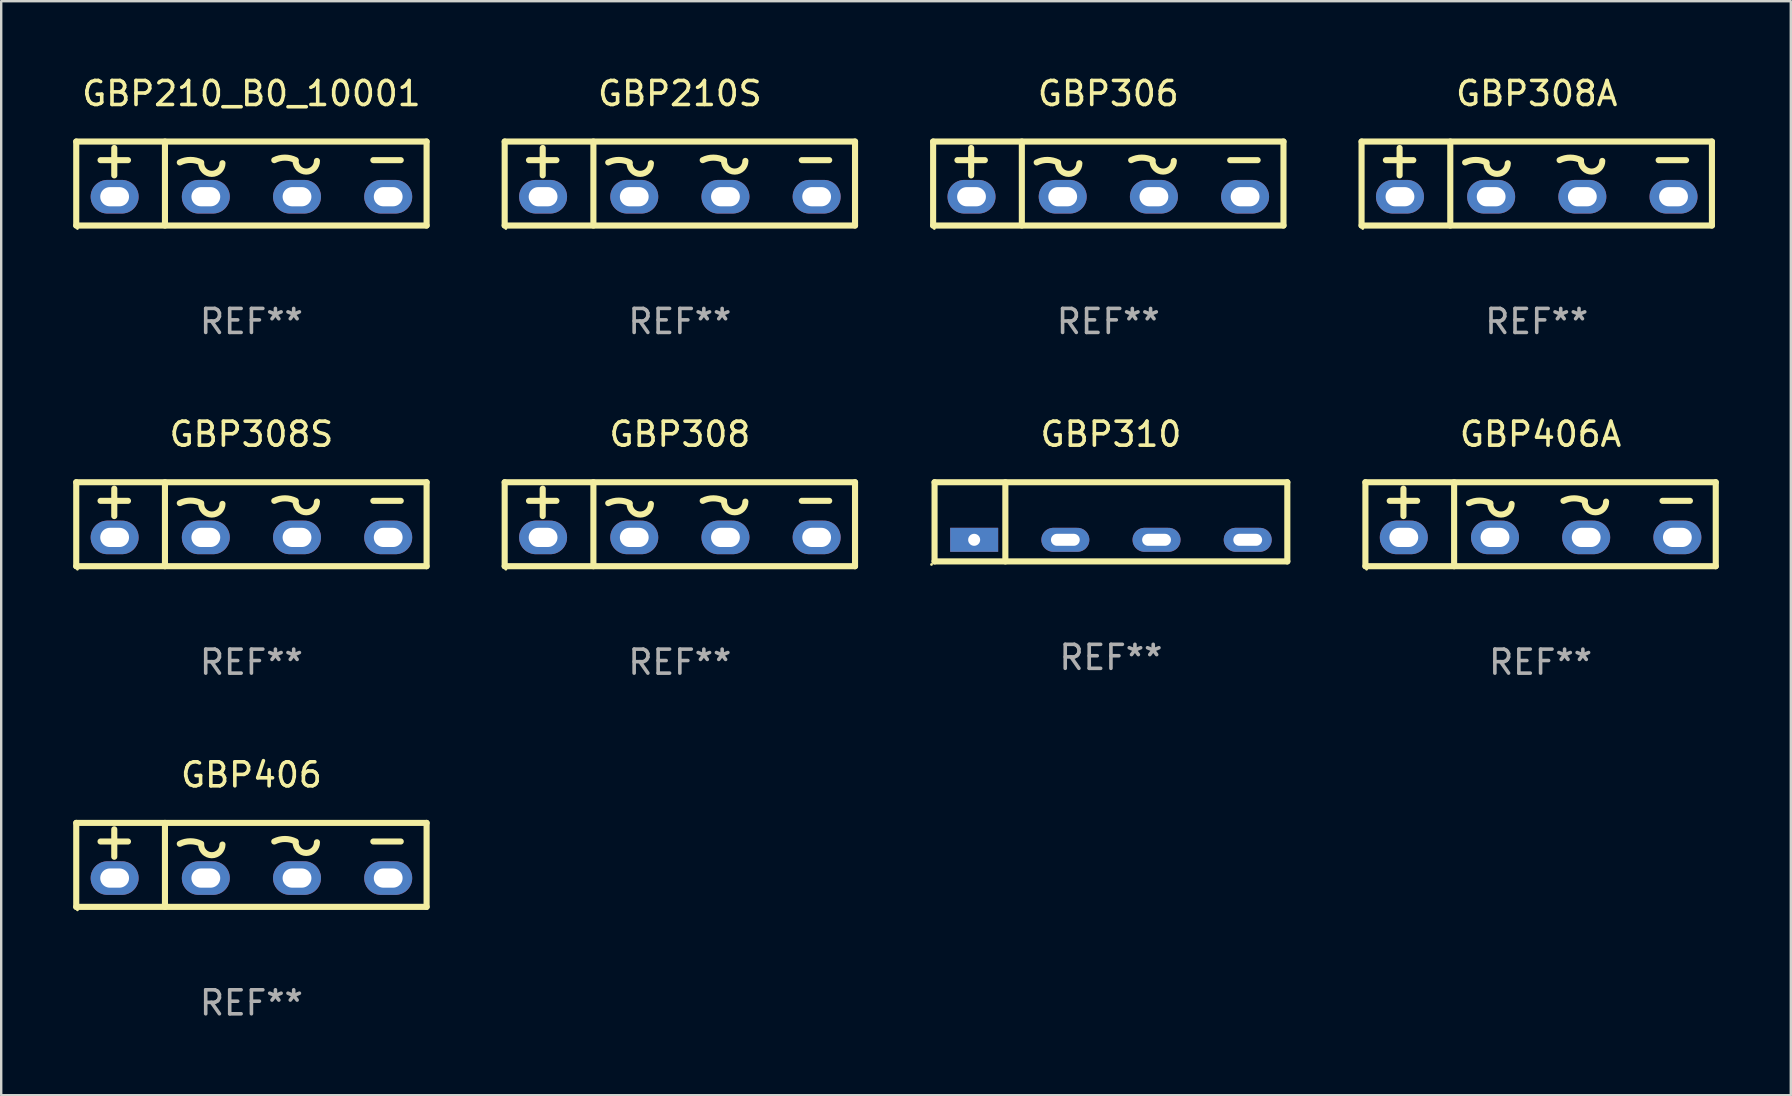
<source format=kicad_pcb>
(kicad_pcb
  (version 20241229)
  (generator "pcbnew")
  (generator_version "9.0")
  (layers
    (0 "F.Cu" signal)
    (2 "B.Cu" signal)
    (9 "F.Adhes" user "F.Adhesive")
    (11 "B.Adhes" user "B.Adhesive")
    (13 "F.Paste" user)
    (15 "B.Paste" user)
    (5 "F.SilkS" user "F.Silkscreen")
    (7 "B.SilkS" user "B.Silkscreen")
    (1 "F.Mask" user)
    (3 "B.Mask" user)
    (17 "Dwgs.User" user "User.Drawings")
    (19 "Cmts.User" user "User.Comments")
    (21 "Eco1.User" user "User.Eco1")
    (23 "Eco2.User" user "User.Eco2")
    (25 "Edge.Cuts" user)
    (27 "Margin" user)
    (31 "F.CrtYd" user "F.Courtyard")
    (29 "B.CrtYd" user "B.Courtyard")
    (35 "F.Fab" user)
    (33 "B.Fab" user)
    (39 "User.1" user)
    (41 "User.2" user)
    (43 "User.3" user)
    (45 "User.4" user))
  (footprint "GBP306"
    (layer "F.Cu")
    (at 43.135 4.598)
    (property "Reference" "GBP306" (at 0 -3.75 0) (layer "F.SilkS") (effects (font (size 1 1) (thickness 0.15))))
    (attr through_hole)
    (fp_line (start -7.3 -1.75) (end 7.3 -1.75) (stroke (width 0.254) (type solid)) (layer "F.SilkS"))
    (fp_line (start -7.3 1.75) (end -7.3 -1.75) (stroke (width 0.254) (type solid)) (layer "F.SilkS"))
    (fp_line (start -6.287 -0.974) (end -5.144 -0.974) (stroke (width 0.254) (type solid)) (layer "F.SilkS"))
    (fp_line (start -5.715 -0.339) (end -5.715 -1.482) (stroke (width 0.254) (type solid)) (layer "F.SilkS"))
    (fp_line (start -3.603 -1.75) (end -3.603 1.75) (stroke (width 0.254) (type solid)) (layer "F.SilkS"))
    (fp_line (start 5.08 -0.974) (end 6.223 -0.974) (stroke (width 0.254) (type solid)) (layer "F.SilkS"))
    (fp_line (start 7.3 1.75) (end -7.3 1.75) (stroke (width 0.254) (type solid)) (layer "F.SilkS"))
    (fp_line (start 7.3 1.75) (end 7.3 -1.75) (stroke (width 0.254) (type solid)) (layer "F.SilkS"))
    (fp_arc (start -2.984544 -0.87874) (mid -2.540043 -0.983672) (end -2.095542 -0.87874) (stroke (width 0.254001) (type solid)) (layer "F.SilkS"))
    (fp_arc (start -1.206515 -0.84699) (mid -1.651016 -0.402489) (end -2.095517 -0.84699) (stroke (width 0.254001) (type solid)) (layer "F.SilkS"))
    (fp_arc (start 0.952489 -0.97399) (mid 1.39699 -1.078923) (end 1.84149 -0.97399) (stroke (width 0.254001) (type solid)) (layer "F.SilkS"))
    (fp_arc (start 2.730518 -0.94224) (mid 2.286017 -0.497739) (end 1.841516 -0.94224) (stroke (width 0.254001) (type solid)) (layer "F.SilkS"))
    (fp_circle (center -7.25 1.875) (end -7.22 1.875) (stroke (width 0.06) (type solid)) (fill no) (layer "F.SilkS"))
    (fp_text user "REF**" (at 0 5.75 0) (layer "F.Fab") (effects (font (size 1 1) (thickness 0.15))))
    (pad "1" thru_hole oval (at -5.7 0.55) (size 2 1.4) (drill oval 1.2 0.8) (layers "*.Cu" "*.Mask"))
    (pad "2" thru_hole oval (at -1.9 0.55) (size 2 1.4) (drill oval 1.2 0.8) (layers "*.Cu" "*.Mask"))
    (pad "3" thru_hole oval (at 1.9 0.55) (size 2 1.4) (drill oval 1.2 0.8) (layers "*.Cu" "*.Mask"))
    (pad "4" thru_hole oval (at 5.7 0.55) (size 2 1.4) (drill oval 1.2 0.8) (layers "*.Cu" "*.Mask")))
  (footprint "GBP308A"
    (layer "F.Cu")
    (at 60.989 4.598)
    (property "Reference" "GBP308A" (at 0 -3.75 0) (layer "F.SilkS") (effects (font (size 1 1) (thickness 0.15))))
    (attr through_hole)
    (fp_line (start -7.3 -1.75) (end 7.3 -1.75) (stroke (width 0.254) (type solid)) (layer "F.SilkS"))
    (fp_line (start -7.3 1.75) (end -7.3 -1.75) (stroke (width 0.254) (type solid)) (layer "F.SilkS"))
    (fp_line (start -6.287 -0.974) (end -5.144 -0.974) (stroke (width 0.254) (type solid)) (layer "F.SilkS"))
    (fp_line (start -5.715 -0.339) (end -5.715 -1.482) (stroke (width 0.254) (type solid)) (layer "F.SilkS"))
    (fp_line (start -3.603 -1.75) (end -3.603 1.75) (stroke (width 0.254) (type solid)) (layer "F.SilkS"))
    (fp_line (start 5.08 -0.974) (end 6.223 -0.974) (stroke (width 0.254) (type solid)) (layer "F.SilkS"))
    (fp_line (start 7.3 1.75) (end -7.3 1.75) (stroke (width 0.254) (type solid)) (layer "F.SilkS"))
    (fp_line (start 7.3 1.75) (end 7.3 -1.75) (stroke (width 0.254) (type solid)) (layer "F.SilkS"))
    (fp_arc (start -2.984544 -0.87874) (mid -2.540043 -0.983672) (end -2.095542 -0.87874) (stroke (width 0.254001) (type solid)) (layer "F.SilkS"))
    (fp_arc (start -1.206515 -0.84699) (mid -1.651016 -0.402489) (end -2.095517 -0.84699) (stroke (width 0.254001) (type solid)) (layer "F.SilkS"))
    (fp_arc (start 0.952489 -0.97399) (mid 1.39699 -1.078923) (end 1.84149 -0.97399) (stroke (width 0.254001) (type solid)) (layer "F.SilkS"))
    (fp_arc (start 2.730518 -0.94224) (mid 2.286017 -0.497739) (end 1.841516 -0.94224) (stroke (width 0.254001) (type solid)) (layer "F.SilkS"))
    (fp_circle (center -7.25 1.875) (end -7.22 1.875) (stroke (width 0.06) (type solid)) (fill no) (layer "F.SilkS"))
    (fp_text user "REF**" (at 0 5.75 0) (layer "F.Fab") (effects (font (size 1 1) (thickness 0.15))))
    (pad "1" thru_hole oval (at -5.7 0.55) (size 2 1.4) (drill oval 1.2 0.8) (layers "*.Cu" "*.Mask"))
    (pad "2" thru_hole oval (at -1.9 0.55) (size 2 1.4) (drill oval 1.2 0.8) (layers "*.Cu" "*.Mask"))
    (pad "3" thru_hole oval (at 1.9 0.55) (size 2 1.4) (drill oval 1.2 0.8) (layers "*.Cu" "*.Mask"))
    (pad "4" thru_hole oval (at 5.7 0.55) (size 2 1.4) (drill oval 1.2 0.8) (layers "*.Cu" "*.Mask")))
  (footprint "GBP210_B0_10001"
    (layer "F.Cu")
    (at 7.427 4.598)
    (property "Reference" "GBP210_B0_10001" (at 0 -3.75 0) (layer "F.SilkS") (effects (font (size 1 1) (thickness 0.15))))
    (attr through_hole)
    (fp_line (start -7.3 -1.75) (end 7.3 -1.75) (stroke (width 0.254) (type solid)) (layer "F.SilkS"))
    (fp_line (start -7.3 1.75) (end -7.3 -1.75) (stroke (width 0.254) (type solid)) (layer "F.SilkS"))
    (fp_line (start -6.287 -0.974) (end -5.144 -0.974) (stroke (width 0.254) (type solid)) (layer "F.SilkS"))
    (fp_line (start -5.715 -0.339) (end -5.715 -1.482) (stroke (width 0.254) (type solid)) (layer "F.SilkS"))
    (fp_line (start -3.603 -1.75) (end -3.603 1.75) (stroke (width 0.254) (type solid)) (layer "F.SilkS"))
    (fp_line (start 5.08 -0.974) (end 6.223 -0.974) (stroke (width 0.254) (type solid)) (layer "F.SilkS"))
    (fp_line (start 7.3 1.75) (end -7.3 1.75) (stroke (width 0.254) (type solid)) (layer "F.SilkS"))
    (fp_line (start 7.3 1.75) (end 7.3 -1.75) (stroke (width 0.254) (type solid)) (layer "F.SilkS"))
    (fp_arc (start -2.984544 -0.87874) (mid -2.540043 -0.983672) (end -2.095542 -0.87874) (stroke (width 0.254001) (type solid)) (layer "F.SilkS"))
    (fp_arc (start -1.206515 -0.84699) (mid -1.651016 -0.402489) (end -2.095517 -0.84699) (stroke (width 0.254001) (type solid)) (layer "F.SilkS"))
    (fp_arc (start 0.952489 -0.97399) (mid 1.39699 -1.078923) (end 1.84149 -0.97399) (stroke (width 0.254001) (type solid)) (layer "F.SilkS"))
    (fp_arc (start 2.730518 -0.94224) (mid 2.286017 -0.497739) (end 1.841516 -0.94224) (stroke (width 0.254001) (type solid)) (layer "F.SilkS"))
    (fp_circle (center -7.25 1.875) (end -7.22 1.875) (stroke (width 0.06) (type solid)) (fill no) (layer "F.SilkS"))
    (fp_text user "REF**" (at 0 5.75 0) (layer "F.Fab") (effects (font (size 1 1) (thickness 0.15))))
    (pad "1" thru_hole oval (at -5.7 0.55) (size 2 1.4) (drill oval 1.2 0.8) (layers "*.Cu" "*.Mask"))
    (pad "2" thru_hole oval (at -1.9 0.55) (size 2 1.4) (drill oval 1.2 0.8) (layers "*.Cu" "*.Mask"))
    (pad "3" thru_hole oval (at 1.9 0.55) (size 2 1.4) (drill oval 1.2 0.8) (layers "*.Cu" "*.Mask"))
    (pad "4" thru_hole oval (at 5.7 0.55) (size 2 1.4) (drill oval 1.2 0.8) (layers "*.Cu" "*.Mask")))
  (footprint "GBP308"
    (layer "F.Cu")
    (at 25.281 18.795)
    (property "Reference" "GBP308" (at 0 -3.75 0) (layer "F.SilkS") (effects (font (size 1 1) (thickness 0.15))))
    (attr through_hole)
    (fp_line (start -7.3 -1.75) (end 7.3 -1.75) (stroke (width 0.254) (type solid)) (layer "F.SilkS"))
    (fp_line (start -7.3 1.75) (end -7.3 -1.75) (stroke (width 0.254) (type solid)) (layer "F.SilkS"))
    (fp_line (start -6.287 -0.974) (end -5.144 -0.974) (stroke (width 0.254) (type solid)) (layer "F.SilkS"))
    (fp_line (start -5.715 -0.339) (end -5.715 -1.482) (stroke (width 0.254) (type solid)) (layer "F.SilkS"))
    (fp_line (start -3.603 -1.75) (end -3.603 1.75) (stroke (width 0.254) (type solid)) (layer "F.SilkS"))
    (fp_line (start 5.08 -0.974) (end 6.223 -0.974) (stroke (width 0.254) (type solid)) (layer "F.SilkS"))
    (fp_line (start 7.3 1.75) (end -7.3 1.75) (stroke (width 0.254) (type solid)) (layer "F.SilkS"))
    (fp_line (start 7.3 1.75) (end 7.3 -1.75) (stroke (width 0.254) (type solid)) (layer "F.SilkS"))
    (fp_arc (start -2.984544 -0.87874) (mid -2.540043 -0.983672) (end -2.095542 -0.87874) (stroke (width 0.254001) (type solid)) (layer "F.SilkS"))
    (fp_arc (start -1.206515 -0.84699) (mid -1.651016 -0.402489) (end -2.095517 -0.84699) (stroke (width 0.254001) (type solid)) (layer "F.SilkS"))
    (fp_arc (start 0.952489 -0.97399) (mid 1.39699 -1.078923) (end 1.84149 -0.97399) (stroke (width 0.254001) (type solid)) (layer "F.SilkS"))
    (fp_arc (start 2.730518 -0.94224) (mid 2.286017 -0.497739) (end 1.841516 -0.94224) (stroke (width 0.254001) (type solid)) (layer "F.SilkS"))
    (fp_circle (center -7.25 1.875) (end -7.22 1.875) (stroke (width 0.06) (type solid)) (fill no) (layer "F.SilkS"))
    (fp_text user "REF**" (at 0 5.75 0) (layer "F.Fab") (effects (font (size 1 1) (thickness 0.15))))
    (pad "1" thru_hole oval (at -5.7 0.55) (size 2 1.4) (drill oval 1.2 0.8) (layers "*.Cu" "*.Mask"))
    (pad "2" thru_hole oval (at -1.9 0.55) (size 2 1.4) (drill oval 1.2 0.8) (layers "*.Cu" "*.Mask"))
    (pad "3" thru_hole oval (at 1.9 0.55) (size 2 1.4) (drill oval 1.2 0.8) (layers "*.Cu" "*.Mask"))
    (pad "4" thru_hole oval (at 5.7 0.55) (size 2 1.4) (drill oval 1.2 0.8) (layers "*.Cu" "*.Mask")))
  (footprint "GBP310"
    (layer "F.Cu")
    (at 43.245 18.695)
    (property "Reference" "GBP310" (at 0 -3.65 0) (layer "F.SilkS") (effects (font (size 1 1) (thickness 0.15))))
    (attr through_hole)
    (fp_line (start -7.35 -1.65) (end 7.35 -1.65) (stroke (width 0.254) (type solid)) (layer "F.SilkS"))
    (fp_line (start -7.35 1.65) (end -7.35 -1.65) (stroke (width 0.254) (type solid)) (layer "F.SilkS"))
    (fp_line (start -4.4 -1.65) (end -4.4 1.65) (stroke (width 0.254) (type solid)) (layer "F.SilkS"))
    (fp_line (start 7.35 -1.65) (end 7.35 1.65) (stroke (width 0.254) (type solid)) (layer "F.SilkS"))
    (fp_line (start 7.35 1.65) (end -7.35 1.65) (stroke (width 0.254) (type solid)) (layer "F.SilkS"))
    (fp_circle (center -7.477 1.777) (end -7.447 1.777) (stroke (width 0.06) (type solid)) (fill no) (layer "F.SilkS"))
    (fp_text user "REF**" (at 0 5.65 0) (layer "F.Fab") (effects (font (size 1 1) (thickness 0.15))))
    (pad "1" thru_hole rect (at -5.7 0.75) (size 2 1) (drill 0.5) (layers "*.Cu" "*.Mask"))
    (pad "2" thru_hole oval (at -1.9 0.75) (size 2 1) (drill oval 1.2 0.5) (layers "*.Cu" "*.Mask"))
    (pad "3" thru_hole oval (at 1.9 0.75) (size 2 1) (drill oval 1.2 0.5) (layers "*.Cu" "*.Mask"))
    (pad "4" thru_hole oval (at 5.7 0.75) (size 2 1) (drill oval 1.2 0.5) (layers "*.Cu" "*.Mask")))
  (footprint "GBP406A"
    (layer "F.Cu")
    (at 61.149 18.795)
    (property "Reference" "GBP406A" (at 0 -3.75 0) (layer "F.SilkS") (effects (font (size 1 1) (thickness 0.15))))
    (attr through_hole)
    (fp_line (start -7.3 -1.75) (end 7.3 -1.75) (stroke (width 0.254) (type solid)) (layer "F.SilkS"))
    (fp_line (start -7.3 1.75) (end -7.3 -1.75) (stroke (width 0.254) (type solid)) (layer "F.SilkS"))
    (fp_line (start -6.287 -0.974) (end -5.144 -0.974) (stroke (width 0.254) (type solid)) (layer "F.SilkS"))
    (fp_line (start -5.715 -0.339) (end -5.715 -1.482) (stroke (width 0.254) (type solid)) (layer "F.SilkS"))
    (fp_line (start -3.603 -1.75) (end -3.603 1.75) (stroke (width 0.254) (type solid)) (layer "F.SilkS"))
    (fp_line (start 5.08 -0.974) (end 6.223 -0.974) (stroke (width 0.254) (type solid)) (layer "F.SilkS"))
    (fp_line (start 7.3 1.75) (end -7.3 1.75) (stroke (width 0.254) (type solid)) (layer "F.SilkS"))
    (fp_line (start 7.3 1.75) (end 7.3 -1.75) (stroke (width 0.254) (type solid)) (layer "F.SilkS"))
    (fp_arc (start -2.984544 -0.87874) (mid -2.540043 -0.983672) (end -2.095542 -0.87874) (stroke (width 0.254001) (type solid)) (layer "F.SilkS"))
    (fp_arc (start -1.206515 -0.84699) (mid -1.651016 -0.402489) (end -2.095517 -0.84699) (stroke (width 0.254001) (type solid)) (layer "F.SilkS"))
    (fp_arc (start 0.952489 -0.97399) (mid 1.39699 -1.078923) (end 1.84149 -0.97399) (stroke (width 0.254001) (type solid)) (layer "F.SilkS"))
    (fp_arc (start 2.730518 -0.94224) (mid 2.286017 -0.497739) (end 1.841516 -0.94224) (stroke (width 0.254001) (type solid)) (layer "F.SilkS"))
    (fp_circle (center -7.25 1.875) (end -7.22 1.875) (stroke (width 0.06) (type solid)) (fill no) (layer "F.SilkS"))
    (fp_text user "REF**" (at 0 5.75 0) (layer "F.Fab") (effects (font (size 1 1) (thickness 0.15))))
    (pad "1" thru_hole oval (at -5.7 0.55) (size 2 1.4) (drill oval 1.2 0.8) (layers "*.Cu" "*.Mask"))
    (pad "2" thru_hole oval (at -1.9 0.55) (size 2 1.4) (drill oval 1.2 0.8) (layers "*.Cu" "*.Mask"))
    (pad "3" thru_hole oval (at 1.9 0.55) (size 2 1.4) (drill oval 1.2 0.8) (layers "*.Cu" "*.Mask"))
    (pad "4" thru_hole oval (at 5.7 0.55) (size 2 1.4) (drill oval 1.2 0.8) (layers "*.Cu" "*.Mask")))
  (footprint "GBP406"
    (layer "F.Cu")
    (at 7.427 32.991)
    (property "Reference" "GBP406" (at 0 -3.75 0) (layer "F.SilkS") (effects (font (size 1 1) (thickness 0.15))))
    (attr through_hole)
    (fp_line (start -7.3 -1.75) (end 7.3 -1.75) (stroke (width 0.254) (type solid)) (layer "F.SilkS"))
    (fp_line (start -7.3 1.75) (end -7.3 -1.75) (stroke (width 0.254) (type solid)) (layer "F.SilkS"))
    (fp_line (start -6.287 -0.974) (end -5.144 -0.974) (stroke (width 0.254) (type solid)) (layer "F.SilkS"))
    (fp_line (start -5.715 -0.339) (end -5.715 -1.482) (stroke (width 0.254) (type solid)) (layer "F.SilkS"))
    (fp_line (start -3.603 -1.75) (end -3.603 1.75) (stroke (width 0.254) (type solid)) (layer "F.SilkS"))
    (fp_line (start 5.08 -0.974) (end 6.223 -0.974) (stroke (width 0.254) (type solid)) (layer "F.SilkS"))
    (fp_line (start 7.3 1.75) (end -7.3 1.75) (stroke (width 0.254) (type solid)) (layer "F.SilkS"))
    (fp_line (start 7.3 1.75) (end 7.3 -1.75) (stroke (width 0.254) (type solid)) (layer "F.SilkS"))
    (fp_arc (start -2.984544 -0.87874) (mid -2.540043 -0.983672) (end -2.095542 -0.87874) (stroke (width 0.254001) (type solid)) (layer "F.SilkS"))
    (fp_arc (start -1.206515 -0.84699) (mid -1.651016 -0.402489) (end -2.095517 -0.84699) (stroke (width 0.254001) (type solid)) (layer "F.SilkS"))
    (fp_arc (start 0.952489 -0.97399) (mid 1.39699 -1.078923) (end 1.84149 -0.97399) (stroke (width 0.254001) (type solid)) (layer "F.SilkS"))
    (fp_arc (start 2.730518 -0.94224) (mid 2.286017 -0.497739) (end 1.841516 -0.94224) (stroke (width 0.254001) (type solid)) (layer "F.SilkS"))
    (fp_circle (center -7.25 1.875) (end -7.22 1.875) (stroke (width 0.06) (type solid)) (fill no) (layer "F.SilkS"))
    (fp_text user "REF**" (at 0 5.75 0) (layer "F.Fab") (effects (font (size 1 1) (thickness 0.15))))
    (pad "1" thru_hole oval (at -5.7 0.55) (size 2 1.4) (drill oval 1.2 0.8) (layers "*.Cu" "*.Mask"))
    (pad "2" thru_hole oval (at -1.9 0.55) (size 2 1.4) (drill oval 1.2 0.8) (layers "*.Cu" "*.Mask"))
    (pad "3" thru_hole oval (at 1.9 0.55) (size 2 1.4) (drill oval 1.2 0.8) (layers "*.Cu" "*.Mask"))
    (pad "4" thru_hole oval (at 5.7 0.55) (size 2 1.4) (drill oval 1.2 0.8) (layers "*.Cu" "*.Mask")))
  (footprint "GBP308S"
    (layer "F.Cu")
    (at 7.427 18.795)
    (property "Reference" "GBP308S" (at 0 -3.75 0) (layer "F.SilkS") (effects (font (size 1 1) (thickness 0.15))))
    (attr through_hole)
    (fp_line (start -7.3 -1.75) (end 7.3 -1.75) (stroke (width 0.254) (type solid)) (layer "F.SilkS"))
    (fp_line (start -7.3 1.75) (end -7.3 -1.75) (stroke (width 0.254) (type solid)) (layer "F.SilkS"))
    (fp_line (start -6.287 -0.974) (end -5.144 -0.974) (stroke (width 0.254) (type solid)) (layer "F.SilkS"))
    (fp_line (start -5.715 -0.339) (end -5.715 -1.482) (stroke (width 0.254) (type solid)) (layer "F.SilkS"))
    (fp_line (start -3.603 -1.75) (end -3.603 1.75) (stroke (width 0.254) (type solid)) (layer "F.SilkS"))
    (fp_line (start 5.08 -0.974) (end 6.223 -0.974) (stroke (width 0.254) (type solid)) (layer "F.SilkS"))
    (fp_line (start 7.3 1.75) (end -7.3 1.75) (stroke (width 0.254) (type solid)) (layer "F.SilkS"))
    (fp_line (start 7.3 1.75) (end 7.3 -1.75) (stroke (width 0.254) (type solid)) (layer "F.SilkS"))
    (fp_arc (start -2.984544 -0.87874) (mid -2.540043 -0.983672) (end -2.095542 -0.87874) (stroke (width 0.254001) (type solid)) (layer "F.SilkS"))
    (fp_arc (start -1.206515 -0.84699) (mid -1.651016 -0.402489) (end -2.095517 -0.84699) (stroke (width 0.254001) (type solid)) (layer "F.SilkS"))
    (fp_arc (start 0.952489 -0.97399) (mid 1.39699 -1.078923) (end 1.84149 -0.97399) (stroke (width 0.254001) (type solid)) (layer "F.SilkS"))
    (fp_arc (start 2.730518 -0.94224) (mid 2.286017 -0.497739) (end 1.841516 -0.94224) (stroke (width 0.254001) (type solid)) (layer "F.SilkS"))
    (fp_circle (center -7.25 1.875) (end -7.22 1.875) (stroke (width 0.06) (type solid)) (fill no) (layer "F.SilkS"))
    (fp_text user "REF**" (at 0 5.75 0) (layer "F.Fab") (effects (font (size 1 1) (thickness 0.15))))
    (pad "1" thru_hole oval (at -5.7 0.55) (size 2 1.4) (drill oval 1.2 0.8) (layers "*.Cu" "*.Mask"))
    (pad "2" thru_hole oval (at -1.9 0.55) (size 2 1.4) (drill oval 1.2 0.8) (layers "*.Cu" "*.Mask"))
    (pad "3" thru_hole oval (at 1.9 0.55) (size 2 1.4) (drill oval 1.2 0.8) (layers "*.Cu" "*.Mask"))
    (pad "4" thru_hole oval (at 5.7 0.55) (size 2 1.4) (drill oval 1.2 0.8) (layers "*.Cu" "*.Mask")))
  (footprint "GBP210S"
    (layer "F.Cu")
    (at 25.281 4.598)
    (property "Reference" "GBP210S" (at 0 -3.75 0) (layer "F.SilkS") (effects (font (size 1 1) (thickness 0.15))))
    (attr through_hole)
    (fp_line (start -7.3 -1.75) (end 7.3 -1.75) (stroke (width 0.254) (type solid)) (layer "F.SilkS"))
    (fp_line (start -7.3 1.75) (end -7.3 -1.75) (stroke (width 0.254) (type solid)) (layer "F.SilkS"))
    (fp_line (start -6.287 -0.974) (end -5.144 -0.974) (stroke (width 0.254) (type solid)) (layer "F.SilkS"))
    (fp_line (start -5.715 -0.339) (end -5.715 -1.482) (stroke (width 0.254) (type solid)) (layer "F.SilkS"))
    (fp_line (start -3.603 -1.75) (end -3.603 1.75) (stroke (width 0.254) (type solid)) (layer "F.SilkS"))
    (fp_line (start 5.08 -0.974) (end 6.223 -0.974) (stroke (width 0.254) (type solid)) (layer "F.SilkS"))
    (fp_line (start 7.3 1.75) (end -7.3 1.75) (stroke (width 0.254) (type solid)) (layer "F.SilkS"))
    (fp_line (start 7.3 1.75) (end 7.3 -1.75) (stroke (width 0.254) (type solid)) (layer "F.SilkS"))
    (fp_arc (start -2.984544 -0.87874) (mid -2.540043 -0.983672) (end -2.095542 -0.87874) (stroke (width 0.254001) (type solid)) (layer "F.SilkS"))
    (fp_arc (start -1.206515 -0.84699) (mid -1.651016 -0.402489) (end -2.095517 -0.84699) (stroke (width 0.254001) (type solid)) (layer "F.SilkS"))
    (fp_arc (start 0.952489 -0.97399) (mid 1.39699 -1.078923) (end 1.84149 -0.97399) (stroke (width 0.254001) (type solid)) (layer "F.SilkS"))
    (fp_arc (start 2.730518 -0.94224) (mid 2.286017 -0.497739) (end 1.841516 -0.94224) (stroke (width 0.254001) (type solid)) (layer "F.SilkS"))
    (fp_circle (center -7.25 1.875) (end -7.22 1.875) (stroke (width 0.06) (type solid)) (fill no) (layer "F.SilkS"))
    (fp_text user "REF**" (at 0 5.75 0) (layer "F.Fab") (effects (font (size 1 1) (thickness 0.15))))
    (pad "1" thru_hole oval (at -5.7 0.55) (size 2 1.4) (drill oval 1.2 0.8) (layers "*.Cu" "*.Mask"))
    (pad "2" thru_hole oval (at -1.9 0.55) (size 2 1.4) (drill oval 1.2 0.8) (layers "*.Cu" "*.Mask"))
    (pad "3" thru_hole oval (at 1.9 0.55) (size 2 1.4) (drill oval 1.2 0.8) (layers "*.Cu" "*.Mask"))
    (pad "4" thru_hole oval (at 5.7 0.55) (size 2 1.4) (drill oval 1.2 0.8) (layers "*.Cu" "*.Mask")))
  (gr_rect
    (start -3 -3)
    (end 71.576 42.59)
    (stroke (width 0.1) (type default))
    (fill no)
    (layer "Edge.Cuts")))
</source>
